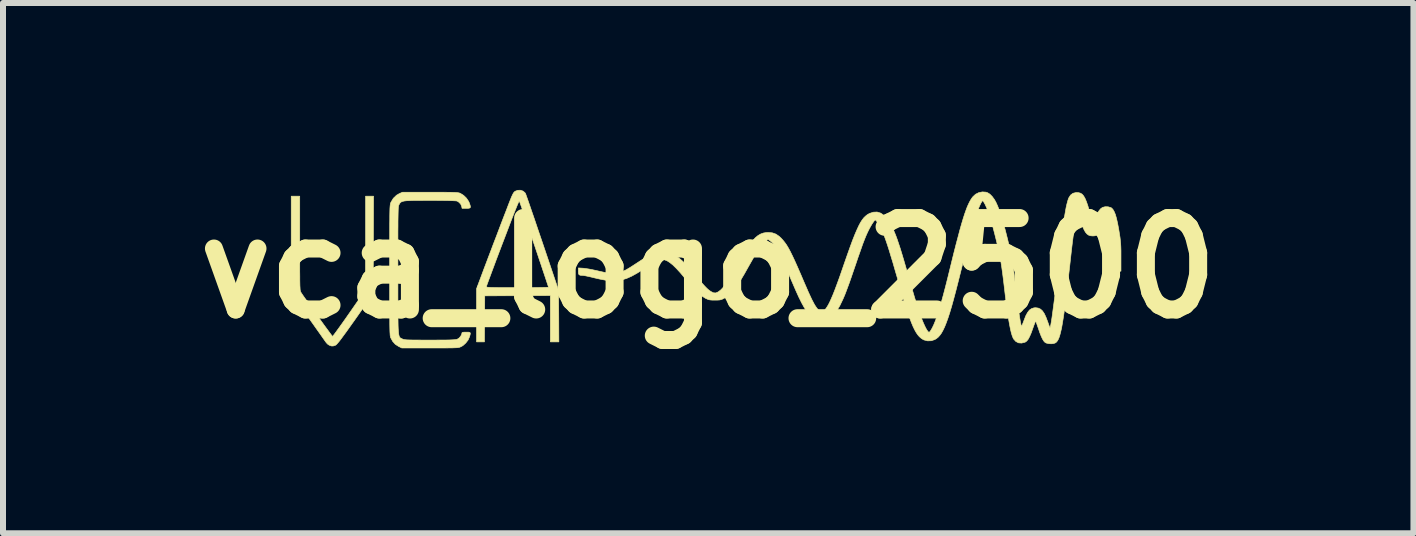
<source format=kicad_pcb>
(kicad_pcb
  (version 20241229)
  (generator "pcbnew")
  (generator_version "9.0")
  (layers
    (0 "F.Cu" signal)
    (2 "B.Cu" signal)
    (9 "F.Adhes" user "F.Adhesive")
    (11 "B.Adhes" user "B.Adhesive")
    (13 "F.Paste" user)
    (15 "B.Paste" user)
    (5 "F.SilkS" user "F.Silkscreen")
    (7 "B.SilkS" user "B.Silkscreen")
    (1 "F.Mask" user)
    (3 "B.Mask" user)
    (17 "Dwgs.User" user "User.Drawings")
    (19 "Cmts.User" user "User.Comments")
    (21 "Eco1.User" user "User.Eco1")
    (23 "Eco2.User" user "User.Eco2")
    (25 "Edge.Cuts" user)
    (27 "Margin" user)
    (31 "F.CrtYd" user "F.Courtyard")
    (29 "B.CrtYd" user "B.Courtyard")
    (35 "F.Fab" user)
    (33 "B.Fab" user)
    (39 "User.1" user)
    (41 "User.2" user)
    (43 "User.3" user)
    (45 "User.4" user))
  (footprint "vca_logo_2500"
    (layer "F.Cu")
    (at 8.752 1.418)
    (property "Reference" "vca_logo_2500" (at 0 0 0) (layer "F.SilkS") (effects (font (size 1.524 1.524) (thickness 0.3))))
    (attr through_hole)
    (fp_poly (pts (xy -3.087 -1.284) (xy -3.055 -1.258) (xy -3.044 -1.242) (xy -3.039 -1.228) (xy -3.028 -1.197) (xy -3.011 -1.149) (xy -2.989 -1.086) (xy -2.963 -1.01) (xy -2.933 -0.923) (xy -2.899 -0.825) (xy -2.863 -0.718) (xy -2.824 -0.603) (xy -2.783 -0.483) (xy -2.762 -0.422) (xy -2.494 0.371) (xy -2.491 0.8) (xy -2.489 1.229) (xy -2.631 1.229) (xy -2.631 0.457) (xy -3.178 0.46) (xy -3.724 0.462) (xy -3.726 0.846) (xy -3.729 1.229) (xy -3.861 1.229) (xy -3.861 0.344) (xy -3.849 0.312) (xy -3.698 0.312) (xy -3.694 0.315) (xy -3.681 0.318) (xy -3.658 0.32) (xy -3.623 0.322) (xy -3.576 0.323) (xy -3.513 0.324) (xy -3.435 0.325) (xy -3.341 0.325) (xy -3.227 0.325) (xy -3.18 0.325) (xy -3.08 0.325) (xy -2.986 0.325) (xy -2.9 0.324) (xy -2.824 0.323) (xy -2.761 0.322) (xy -2.712 0.321) (xy -2.678 0.32) (xy -2.663 0.318) (xy -2.662 0.318) (xy -2.665 0.307) (xy -2.674 0.278) (xy -2.689 0.234) (xy -2.708 0.176) (xy -2.731 0.107) (xy -2.758 0.027) (xy -2.787 -0.061) (xy -2.819 -0.155) (xy -2.852 -0.254) (xy -2.886 -0.355) (xy -2.921 -0.457) (xy -2.955 -0.558) (xy -2.988 -0.656) (xy -3.02 -0.75) (xy -3.05 -0.837) (xy -3.077 -0.916) (xy -3.1 -0.984) (xy -3.12 -1.041) (xy -3.135 -1.084) (xy -3.145 -1.111) (xy -3.148 -1.12) (xy -3.153 -1.113) (xy -3.165 -1.088) (xy -3.182 -1.049) (xy -3.203 -0.997) (xy -3.228 -0.935) (xy -3.256 -0.864) (xy -3.281 -0.8) (xy -3.336 -0.655) (xy -3.389 -0.516) (xy -3.44 -0.383) (xy -3.487 -0.259) (xy -3.531 -0.143) (xy -3.57 -0.038) (xy -3.605 0.056) (xy -3.635 0.137) (xy -3.66 0.204) (xy -3.679 0.256) (xy -3.692 0.292) (xy -3.698 0.31) (xy -3.698 0.312) (xy -3.849 0.312) (xy -3.765 0.088) (xy -3.738 0.015) (xy -3.704 -0.074) (xy -3.666 -0.175) (xy -3.624 -0.285) (xy -3.58 -0.402) (xy -3.534 -0.521) (xy -3.489 -0.64) (xy -3.445 -0.756) (xy -3.403 -0.865) (xy -3.364 -0.965) (xy -3.331 -1.052) (xy -3.303 -1.124) (xy -3.302 -1.126) (xy -3.28 -1.182) (xy -3.262 -1.221) (xy -3.248 -1.248) (xy -3.235 -1.266) (xy -3.221 -1.278) (xy -3.217 -1.281) (xy -3.174 -1.297) (xy -3.129 -1.298) (xy -3.087 -1.284)) (stroke (width 0.01) (type solid)) (fill yes) (layer "F.SilkS"))
    (fp_poly (pts (xy -6.807 -0.414) (xy -6.807 -0.269) (xy -6.807 -0.143) (xy -6.807 -0.035) (xy -6.807 0.057) (xy -6.806 0.135) (xy -6.806 0.199) (xy -6.805 0.251) (xy -6.804 0.293) (xy -6.802 0.325) (xy -6.801 0.35) (xy -6.799 0.368) (xy -6.796 0.381) (xy -6.793 0.391) (xy -6.79 0.398) (xy -6.786 0.405) (xy -6.773 0.425) (xy -6.751 0.458) (xy -6.72 0.502) (xy -6.683 0.555) (xy -6.641 0.614) (xy -6.595 0.679) (xy -6.547 0.746) (xy -6.499 0.813) (xy -6.451 0.88) (xy -6.406 0.943) (xy -6.364 1) (xy -6.327 1.05) (xy -6.297 1.091) (xy -6.275 1.12) (xy -6.263 1.136) (xy -6.261 1.138) (xy -6.253 1.129) (xy -6.235 1.107) (xy -6.208 1.071) (xy -6.174 1.024) (xy -6.134 0.969) (xy -6.09 0.907) (xy -6.043 0.841) (xy -5.995 0.772) (xy -5.946 0.702) (xy -5.899 0.634) (xy -5.854 0.569) (xy -5.813 0.509) (xy -5.778 0.457) (xy -5.75 0.414) (xy -5.73 0.383) (xy -5.72 0.366) (xy -5.719 0.364) (xy -5.718 0.348) (xy -5.716 0.313) (xy -5.715 0.26) (xy -5.714 0.191) (xy -5.712 0.108) (xy -5.711 0.01) (xy -5.711 -0.099) (xy -5.71 -0.219) (xy -5.71 -0.349) (xy -5.71 -0.434) (xy -5.71 -1.199) (xy -5.577 -1.199) (xy -5.58 -0.394) (xy -5.581 -0.247) (xy -5.581 -0.119) (xy -5.582 -0.008) (xy -5.582 0.086) (xy -5.583 0.165) (xy -5.584 0.231) (xy -5.585 0.285) (xy -5.586 0.329) (xy -5.587 0.363) (xy -5.589 0.389) (xy -5.591 0.409) (xy -5.594 0.423) (xy -5.596 0.434) (xy -5.6 0.442) (xy -5.603 0.45) (xy -5.613 0.466) (xy -5.634 0.496) (xy -5.663 0.54) (xy -5.701 0.594) (xy -5.746 0.658) (xy -5.796 0.729) (xy -5.85 0.806) (xy -5.902 0.88) (xy -5.97 0.975) (xy -6.026 1.054) (xy -6.074 1.119) (xy -6.112 1.171) (xy -6.143 1.212) (xy -6.168 1.242) (xy -6.187 1.264) (xy -6.201 1.278) (xy -6.212 1.285) (xy -6.214 1.286) (xy -6.251 1.298) (xy -6.282 1.297) (xy -6.316 1.284) (xy -6.344 1.265) (xy -6.366 1.241) (xy -6.366 1.241) (xy -6.376 1.227) (xy -6.396 1.199) (xy -6.425 1.158) (xy -6.462 1.105) (xy -6.506 1.043) (xy -6.555 0.974) (xy -6.608 0.899) (xy -6.648 0.843) (xy -6.718 0.745) (xy -6.779 0.658) (xy -6.831 0.583) (xy -6.872 0.52) (xy -6.903 0.471) (xy -6.923 0.437) (xy -6.931 0.422) (xy -6.934 0.411) (xy -6.937 0.398) (xy -6.94 0.383) (xy -6.942 0.362) (xy -6.943 0.335) (xy -6.945 0.3) (xy -6.946 0.256) (xy -6.947 0.202) (xy -6.948 0.136) (xy -6.948 0.057) (xy -6.949 -0.037) (xy -6.949 -0.147) (xy -6.949 -0.275) (xy -6.949 -0.414) (xy -6.949 -1.199) (xy -6.807 -1.199) (xy -6.807 -0.414)) (stroke (width 0.01) (type solid)) (fill yes) (layer "F.SilkS"))
    (fp_poly (pts (xy -4.523 -1.265) (xy -4.432 -1.265) (xy -4.357 -1.264) (xy -4.297 -1.264) (xy -4.249 -1.262) (xy -4.213 -1.261) (xy -4.185 -1.259) (xy -4.165 -1.256) (xy -4.15 -1.253) (xy -4.138 -1.249) (xy -4.132 -1.247) (xy -4.076 -1.212) (xy -4.028 -1.165) (xy -3.992 -1.111) (xy -3.983 -1.091) (xy -3.968 -1.048) (xy -3.962 -1.02) (xy -3.968 -1.005) (xy -3.986 -0.998) (xy -4.02 -0.996) (xy -4.032 -0.996) (xy -4.102 -0.996) (xy -4.109 -1.03) (xy -4.126 -1.069) (xy -4.161 -1.103) (xy -4.183 -1.116) (xy -4.197 -1.12) (xy -4.228 -1.122) (xy -4.276 -1.124) (xy -4.341 -1.126) (xy -4.425 -1.127) (xy -4.528 -1.128) (xy -4.635 -1.128) (xy -4.746 -1.128) (xy -4.839 -1.127) (xy -4.914 -1.127) (xy -4.976 -1.125) (xy -5.024 -1.123) (xy -5.061 -1.119) (xy -5.089 -1.113) (xy -5.109 -1.106) (xy -5.124 -1.097) (xy -5.135 -1.086) (xy -5.144 -1.072) (xy -5.153 -1.056) (xy -5.156 -1.05) (xy -5.159 -1.042) (xy -5.161 -1.031) (xy -5.163 -1.016) (xy -5.165 -0.996) (xy -5.166 -0.97) (xy -5.167 -0.936) (xy -5.168 -0.893) (xy -5.169 -0.84) (xy -5.17 -0.776) (xy -5.17 -0.7) (xy -5.171 -0.61) (xy -5.171 -0.506) (xy -5.171 -0.386) (xy -5.171 -0.248) (xy -5.171 -0.092) (xy -5.171 0.034) (xy -5.171 0.208) (xy -5.171 0.363) (xy -5.171 0.5) (xy -5.171 0.619) (xy -5.171 0.724) (xy -5.17 0.813) (xy -5.169 0.89) (xy -5.168 0.954) (xy -5.166 1.007) (xy -5.163 1.049) (xy -5.16 1.084) (xy -5.156 1.11) (xy -5.151 1.13) (xy -5.146 1.145) (xy -5.139 1.155) (xy -5.132 1.162) (xy -5.123 1.168) (xy -5.113 1.172) (xy -5.102 1.178) (xy -5.099 1.179) (xy -5.089 1.184) (xy -5.077 1.188) (xy -5.062 1.191) (xy -5.041 1.194) (xy -5.013 1.196) (xy -4.975 1.197) (xy -4.927 1.198) (xy -4.864 1.198) (xy -4.787 1.199) (xy -4.692 1.199) (xy -4.638 1.199) (xy -4.53 1.199) (xy -4.441 1.198) (xy -4.368 1.198) (xy -4.31 1.197) (xy -4.265 1.195) (xy -4.231 1.193) (xy -4.206 1.19) (xy -4.19 1.187) (xy -4.181 1.184) (xy -4.151 1.165) (xy -4.125 1.135) (xy -4.108 1.103) (xy -4.105 1.085) (xy -4.102 1.075) (xy -4.091 1.07) (xy -4.067 1.067) (xy -4.034 1.067) (xy -3.994 1.067) (xy -3.972 1.072) (xy -3.964 1.084) (xy -3.967 1.107) (xy -3.978 1.145) (xy -4.002 1.199) (xy -4.042 1.25) (xy -4.089 1.292) (xy -4.12 1.309) (xy -4.131 1.314) (xy -4.143 1.319) (xy -4.157 1.322) (xy -4.175 1.325) (xy -4.2 1.327) (xy -4.232 1.328) (xy -4.275 1.33) (xy -4.329 1.33) (xy -4.398 1.331) (xy -4.482 1.331) (xy -4.583 1.331) (xy -4.636 1.331) (xy -5.106 1.331) (xy -5.159 1.305) (xy -5.215 1.269) (xy -5.258 1.221) (xy -5.287 1.168) (xy -5.291 1.161) (xy -5.294 1.153) (xy -5.296 1.143) (xy -5.299 1.131) (xy -5.301 1.115) (xy -5.302 1.093) (xy -5.304 1.066) (xy -5.305 1.03) (xy -5.306 0.986) (xy -5.307 0.932) (xy -5.307 0.867) (xy -5.308 0.79) (xy -5.308 0.7) (xy -5.308 0.594) (xy -5.309 0.473) (xy -5.309 0.335) (xy -5.309 0.179) (xy -5.309 0.036) (xy -5.309 -0.137) (xy -5.309 -0.289) (xy -5.308 -0.424) (xy -5.308 -0.543) (xy -5.308 -0.645) (xy -5.308 -0.734) (xy -5.307 -0.809) (xy -5.307 -0.871) (xy -5.306 -0.924) (xy -5.305 -0.966) (xy -5.304 -1) (xy -5.302 -1.027) (xy -5.3 -1.047) (xy -5.298 -1.063) (xy -5.296 -1.074) (xy -5.293 -1.084) (xy -5.29 -1.091) (xy -5.287 -1.098) (xy -5.247 -1.164) (xy -5.194 -1.215) (xy -5.149 -1.241) (xy -5.095 -1.265) (xy -4.633 -1.265) (xy -4.523 -1.265)) (stroke (width 0.01) (type solid)) (fill yes) (layer "F.SilkS"))
    (fp_poly (pts (xy 4.627 -1.266) (xy 4.656 -1.256) (xy 4.693 -1.233) (xy 4.731 -1.195) (xy 4.768 -1.145) (xy 4.794 -1.099) (xy 4.823 -1.035) (xy 4.854 -0.954) (xy 4.886 -0.858) (xy 4.918 -0.75) (xy 4.95 -0.634) (xy 4.981 -0.512) (xy 5.011 -0.388) (xy 5.037 -0.263) (xy 5.061 -0.141) (xy 5.081 -0.025) (xy 5.096 0.082) (xy 5.1 0.117) (xy 5.114 0.242) (xy 5.129 0.363) (xy 5.143 0.476) (xy 5.156 0.582) (xy 5.169 0.678) (xy 5.181 0.763) (xy 5.192 0.835) (xy 5.202 0.894) (xy 5.211 0.936) (xy 5.217 0.962) (xy 5.222 0.969) (xy 5.222 0.968) (xy 5.229 0.956) (xy 5.24 0.929) (xy 5.254 0.892) (xy 5.263 0.869) (xy 5.292 0.794) (xy 5.322 0.739) (xy 5.353 0.699) (xy 5.388 0.675) (xy 5.428 0.662) (xy 5.457 0.66) (xy 5.5 0.666) (xy 5.537 0.683) (xy 5.57 0.713) (xy 5.601 0.759) (xy 5.63 0.822) (xy 5.66 0.902) (xy 5.674 0.942) (xy 5.685 0.972) (xy 5.693 0.99) (xy 5.696 0.993) (xy 5.701 0.978) (xy 5.709 0.944) (xy 5.718 0.891) (xy 5.729 0.82) (xy 5.741 0.731) (xy 5.755 0.626) (xy 5.771 0.504) (xy 5.788 0.367) (xy 5.806 0.215) (xy 5.825 0.05) (xy 5.837 -0.06) (xy 5.857 -0.238) (xy 5.876 -0.397) (xy 5.893 -0.538) (xy 5.909 -0.662) (xy 5.924 -0.77) (xy 5.938 -0.863) (xy 5.952 -0.944) (xy 5.964 -1.011) (xy 5.977 -1.068) (xy 5.989 -1.114) (xy 6.001 -1.152) (xy 6.008 -1.17) (xy 6.038 -1.217) (xy 6.078 -1.247) (xy 6.127 -1.259) (xy 6.138 -1.26) (xy 6.174 -1.257) (xy 6.205 -1.248) (xy 6.232 -1.231) (xy 6.256 -1.203) (xy 6.279 -1.163) (xy 6.302 -1.109) (xy 6.326 -1.04) (xy 6.352 -0.952) (xy 6.356 -0.94) (xy 6.372 -0.885) (xy 6.387 -0.836) (xy 6.399 -0.797) (xy 6.407 -0.772) (xy 6.41 -0.764) (xy 6.417 -0.765) (xy 6.429 -0.784) (xy 6.445 -0.82) (xy 6.477 -0.894) (xy 6.507 -0.949) (xy 6.537 -0.987) (xy 6.568 -1.01) (xy 6.569 -1.011) (xy 6.614 -1.023) (xy 6.663 -1.022) (xy 6.708 -1.009) (xy 6.72 -1.003) (xy 6.743 -0.98) (xy 6.764 -0.944) (xy 6.785 -0.894) (xy 6.804 -0.827) (xy 6.823 -0.742) (xy 6.842 -0.64) (xy 6.852 -0.576) (xy 6.862 -0.515) (xy 6.868 -0.461) (xy 6.873 -0.409) (xy 6.876 -0.354) (xy 6.878 -0.291) (xy 6.878 -0.215) (xy 6.878 -0.18) (xy 6.878 0.051) (xy 6.812 0.051) (xy 6.777 0.05) (xy 6.756 0.047) (xy 6.746 0.04) (xy 6.742 0.028) (xy 6.74 0.012) (xy 6.735 -0.021) (xy 6.729 -0.069) (xy 6.721 -0.127) (xy 6.713 -0.194) (xy 6.706 -0.254) (xy 6.691 -0.369) (xy 6.677 -0.472) (xy 6.664 -0.562) (xy 6.652 -0.637) (xy 6.642 -0.697) (xy 6.633 -0.739) (xy 6.626 -0.762) (xy 6.623 -0.767) (xy 6.616 -0.768) (xy 6.614 -0.76) (xy 6.61 -0.744) (xy 6.598 -0.715) (xy 6.581 -0.679) (xy 6.573 -0.662) (xy 6.542 -0.608) (xy 6.512 -0.57) (xy 6.478 -0.548) (xy 6.438 -0.538) (xy 6.41 -0.536) (xy 6.373 -0.539) (xy 6.34 -0.549) (xy 6.312 -0.569) (xy 6.286 -0.599) (xy 6.262 -0.642) (xy 6.237 -0.7) (xy 6.212 -0.774) (xy 6.188 -0.853) (xy 6.175 -0.896) (xy 6.164 -0.932) (xy 6.155 -0.956) (xy 6.152 -0.963) (xy 6.147 -0.959) (xy 6.141 -0.937) (xy 6.133 -0.897) (xy 6.123 -0.84) (xy 6.112 -0.764) (xy 6.099 -0.669) (xy 6.085 -0.555) (xy 6.068 -0.423) (xy 6.05 -0.27) (xy 6.031 -0.098) (xy 6.02 0) (xy 5.999 0.185) (xy 5.98 0.35) (xy 5.962 0.497) (xy 5.945 0.628) (xy 5.93 0.742) (xy 5.915 0.841) (xy 5.901 0.927) (xy 5.888 1) (xy 5.874 1.061) (xy 5.861 1.112) (xy 5.848 1.153) (xy 5.834 1.186) (xy 5.82 1.211) (xy 5.805 1.23) (xy 5.789 1.244) (xy 5.789 1.244) (xy 5.759 1.256) (xy 5.717 1.261) (xy 5.673 1.258) (xy 5.634 1.249) (xy 5.614 1.239) (xy 5.593 1.217) (xy 5.572 1.184) (xy 5.55 1.138) (xy 5.526 1.077) (xy 5.501 1.003) (xy 5.485 0.958) (xy 5.472 0.92) (xy 5.462 0.894) (xy 5.456 0.884) (xy 5.456 0.884) (xy 5.451 0.893) (xy 5.441 0.918) (xy 5.427 0.954) (xy 5.411 0.999) (xy 5.41 1.002) (xy 5.382 1.08) (xy 5.356 1.14) (xy 5.332 1.185) (xy 5.308 1.215) (xy 5.283 1.233) (xy 5.278 1.235) (xy 5.222 1.249) (xy 5.17 1.245) (xy 5.126 1.222) (xy 5.09 1.182) (xy 5.081 1.166) (xy 5.066 1.129) (xy 5.051 1.08) (xy 5.036 1.017) (xy 5.021 0.941) (xy 5.005 0.849) (xy 4.988 0.741) (xy 4.971 0.616) (xy 4.952 0.473) (xy 4.933 0.311) (xy 4.923 0.225) (xy 4.906 0.091) (xy 4.889 -0.031) (xy 4.872 -0.137) (xy 4.856 -0.226) (xy 4.851 -0.248) (xy 4.827 -0.352) (xy 4.802 -0.458) (xy 4.776 -0.562) (xy 4.75 -0.662) (xy 4.725 -0.752) (xy 4.702 -0.831) (xy 4.682 -0.894) (xy 4.678 -0.904) (xy 4.657 -0.963) (xy 4.635 -1.016) (xy 4.614 -1.062) (xy 4.595 -1.096) (xy 4.58 -1.117) (xy 4.571 -1.122) (xy 4.559 -1.108) (xy 4.542 -1.078) (xy 4.522 -1.036) (xy 4.5 -0.985) (xy 4.477 -0.928) (xy 4.475 -0.924) (xy 4.46 -0.883) (xy 4.445 -0.836) (xy 4.427 -0.782) (xy 4.409 -0.719) (xy 4.388 -0.645) (xy 4.365 -0.56) (xy 4.339 -0.462) (xy 4.31 -0.349) (xy 4.278 -0.22) (xy 4.241 -0.074) (xy 4.212 0.041) (xy 4.168 0.216) (xy 4.128 0.373) (xy 4.091 0.512) (xy 4.057 0.635) (xy 4.025 0.742) (xy 3.995 0.834) (xy 3.966 0.914) (xy 3.939 0.981) (xy 3.912 1.037) (xy 3.886 1.084) (xy 3.859 1.121) (xy 3.832 1.151) (xy 3.803 1.174) (xy 3.775 1.191) (xy 3.717 1.21) (xy 3.655 1.212) (xy 3.596 1.197) (xy 3.573 1.185) (xy 3.545 1.166) (xy 3.518 1.142) (xy 3.492 1.112) (xy 3.466 1.074) (xy 3.44 1.028) (xy 3.413 0.972) (xy 3.385 0.905) (xy 3.355 0.826) (xy 3.323 0.733) (xy 3.288 0.625) (xy 3.25 0.502) (xy 3.209 0.361) (xy 3.163 0.202) (xy 3.159 0.188) (xy 3.116 0.042) (xy 3.079 -0.087) (xy 3.045 -0.198) (xy 3.016 -0.295) (xy 2.989 -0.379) (xy 2.965 -0.45) (xy 2.943 -0.511) (xy 2.923 -0.563) (xy 2.904 -0.609) (xy 2.897 -0.623) (xy 2.872 -0.674) (xy 2.846 -0.721) (xy 2.822 -0.76) (xy 2.801 -0.788) (xy 2.786 -0.802) (xy 2.783 -0.803) (xy 2.772 -0.794) (xy 2.754 -0.771) (xy 2.731 -0.737) (xy 2.706 -0.695) (xy 2.681 -0.649) (xy 2.658 -0.603) (xy 2.647 -0.579) (xy 2.628 -0.536) (xy 2.61 -0.492) (xy 2.592 -0.446) (xy 2.572 -0.394) (xy 2.551 -0.333) (xy 2.526 -0.262) (xy 2.496 -0.177) (xy 2.463 -0.079) (xy 2.42 0.046) (xy 2.383 0.154) (xy 2.351 0.246) (xy 2.322 0.324) (xy 2.297 0.391) (xy 2.275 0.448) (xy 2.254 0.497) (xy 2.243 0.522) (xy 2.193 0.626) (xy 2.143 0.71) (xy 2.094 0.775) (xy 2.043 0.824) (xy 1.99 0.855) (xy 1.935 0.871) (xy 1.9 0.874) (xy 1.852 0.87) (xy 1.807 0.86) (xy 1.764 0.841) (xy 1.723 0.812) (xy 1.682 0.772) (xy 1.641 0.72) (xy 1.599 0.655) (xy 1.555 0.575) (xy 1.508 0.48) (xy 1.457 0.367) (xy 1.401 0.237) (xy 1.386 0.203) (xy 1.33 0.07) (xy 1.279 -0.046) (xy 1.234 -0.145) (xy 1.193 -0.228) (xy 1.156 -0.297) (xy 1.121 -0.353) (xy 1.09 -0.398) (xy 1.06 -0.431) (xy 1.031 -0.456) (xy 1.029 -0.457) (xy 0.996 -0.48) (xy 0.961 -0.453) (xy 0.929 -0.425) (xy 0.894 -0.385) (xy 0.855 -0.333) (xy 0.811 -0.266) (xy 0.761 -0.184) (xy 0.705 -0.086) (xy 0.666 -0.017) (xy 0.602 0.097) (xy 0.544 0.194) (xy 0.491 0.276) (xy 0.443 0.343) (xy 0.397 0.398) (xy 0.353 0.442) (xy 0.309 0.476) (xy 0.273 0.498) (xy 0.241 0.515) (xy 0.215 0.525) (xy 0.188 0.531) (xy 0.154 0.533) (xy 0.112 0.533) (xy 0.064 0.533) (xy 0.03 0.53) (xy 0.002 0.524) (xy -0.026 0.512) (xy -0.046 0.503) (xy -0.096 0.471) (xy -0.154 0.423) (xy -0.222 0.357) (xy -0.299 0.273) (xy -0.385 0.172) (xy -0.389 0.167) (xy -0.464 0.078) (xy -0.53 0.006) (xy -0.588 -0.051) (xy -0.64 -0.093) (xy -0.686 -0.122) (xy -0.728 -0.138) (xy -0.763 -0.142) (xy -0.793 -0.138) (xy -0.828 -0.128) (xy -0.872 -0.108) (xy -0.925 -0.08) (xy -0.989 -0.041) (xy -1.068 0.01) (xy -1.08 0.018) (xy -1.183 0.083) (xy -1.275 0.134) (xy -1.36 0.172) (xy -1.441 0.197) (xy -1.523 0.21) (xy -1.609 0.212) (xy -1.702 0.203) (xy -1.806 0.183) (xy -1.894 0.163) (xy -1.951 0.149) (xy -2.004 0.137) (xy -2.047 0.128) (xy -2.077 0.123) (xy -2.087 0.122) (xy -2.127 0.12) (xy -2.15 0.112) (xy -2.161 0.095) (xy -2.164 0.064) (xy -2.164 0.053) (xy -2.164 -0.003) (xy -2.08 0.002) (xy -2.042 0.007) (xy -1.989 0.015) (xy -1.927 0.027) (xy -1.862 0.041) (xy -1.819 0.051) (xy -1.733 0.07) (xy -1.66 0.084) (xy -1.596 0.089) (xy -1.539 0.088) (xy -1.484 0.077) (xy -1.427 0.057) (xy -1.366 0.027) (xy -1.297 -0.014) (xy -1.215 -0.067) (xy -1.197 -0.079) (xy -1.108 -0.137) (xy -1.032 -0.182) (xy -0.965 -0.216) (xy -0.906 -0.24) (xy -0.851 -0.255) (xy -0.798 -0.262) (xy -0.744 -0.262) (xy -0.737 -0.261) (xy -0.679 -0.254) (xy -0.625 -0.241) (xy -0.573 -0.22) (xy -0.521 -0.191) (xy -0.467 -0.151) (xy -0.41 -0.1) (xy -0.347 -0.036) (xy -0.277 0.043) (xy -0.197 0.137) (xy -0.193 0.142) (xy -0.139 0.207) (xy -0.096 0.258) (xy -0.061 0.297) (xy -0.031 0.328) (xy -0.005 0.353) (xy 0.02 0.373) (xy 0.045 0.39) (xy 0.086 0.411) (xy 0.124 0.414) (xy 0.163 0.398) (xy 0.179 0.387) (xy 0.207 0.365) (xy 0.235 0.337) (xy 0.265 0.302) (xy 0.298 0.257) (xy 0.335 0.201) (xy 0.377 0.133) (xy 0.425 0.051) (xy 0.481 -0.046) (xy 0.517 -0.11) (xy 0.581 -0.221) (xy 0.639 -0.315) (xy 0.691 -0.393) (xy 0.739 -0.456) (xy 0.785 -0.506) (xy 0.83 -0.543) (xy 0.875 -0.569) (xy 0.92 -0.585) (xy 0.969 -0.593) (xy 1.001 -0.594) (xy 1.068 -0.588) (xy 1.128 -0.567) (xy 1.183 -0.529) (xy 1.214 -0.5) (xy 1.245 -0.466) (xy 1.275 -0.429) (xy 1.305 -0.387) (xy 1.335 -0.337) (xy 1.367 -0.278) (xy 1.402 -0.207) (xy 1.441 -0.124) (xy 1.485 -0.026) (xy 1.535 0.089) (xy 1.543 0.107) (xy 1.591 0.22) (xy 1.633 0.316) (xy 1.668 0.397) (xy 1.699 0.464) (xy 1.725 0.52) (xy 1.749 0.566) (xy 1.769 0.604) (xy 1.789 0.636) (xy 1.808 0.663) (xy 1.827 0.687) (xy 1.847 0.71) (xy 1.848 0.711) (xy 1.89 0.757) (xy 1.932 0.711) (xy 1.954 0.684) (xy 1.977 0.651) (xy 2.001 0.612) (xy 2.025 0.565) (xy 2.051 0.508) (xy 2.08 0.44) (xy 2.112 0.359) (xy 2.147 0.265) (xy 2.187 0.156) (xy 2.231 0.029) (xy 2.271 -0.087) (xy 2.321 -0.23) (xy 2.366 -0.356) (xy 2.406 -0.465) (xy 2.443 -0.558) (xy 2.477 -0.637) (xy 2.508 -0.704) (xy 2.537 -0.759) (xy 2.566 -0.804) (xy 2.594 -0.84) (xy 2.623 -0.868) (xy 2.652 -0.891) (xy 2.684 -0.909) (xy 2.687 -0.911) (xy 2.752 -0.932) (xy 2.814 -0.935) (xy 2.873 -0.917) (xy 2.929 -0.88) (xy 2.982 -0.823) (xy 3.033 -0.746) (xy 3.062 -0.69) (xy 3.084 -0.642) (xy 3.106 -0.592) (xy 3.128 -0.537) (xy 3.15 -0.477) (xy 3.173 -0.408) (xy 3.199 -0.33) (xy 3.227 -0.239) (xy 3.258 -0.135) (xy 3.293 -0.014) (xy 3.329 0.112) (xy 3.356 0.208) (xy 3.384 0.304) (xy 3.412 0.398) (xy 3.438 0.486) (xy 3.462 0.565) (xy 3.483 0.632) (xy 3.499 0.683) (xy 3.501 0.69) (xy 3.529 0.77) (xy 3.558 0.846) (xy 3.586 0.915) (xy 3.613 0.974) (xy 3.637 1.02) (xy 3.657 1.05) (xy 3.664 1.059) (xy 3.677 1.068) (xy 3.687 1.066) (xy 3.701 1.05) (xy 3.707 1.041) (xy 3.732 0.999) (xy 3.758 0.945) (xy 3.786 0.877) (xy 3.815 0.795) (xy 3.846 0.698) (xy 3.88 0.585) (xy 3.916 0.455) (xy 3.955 0.307) (xy 3.997 0.14) (xy 4.009 0.091) (xy 4.053 -0.089) (xy 4.093 -0.251) (xy 4.13 -0.396) (xy 4.164 -0.524) (xy 4.194 -0.638) (xy 4.222 -0.737) (xy 4.248 -0.824) (xy 4.272 -0.899) (xy 4.295 -0.964) (xy 4.316 -1.02) (xy 4.337 -1.067) (xy 4.358 -1.109) (xy 4.378 -1.144) (xy 4.399 -1.175) (xy 4.411 -1.19) (xy 4.455 -1.231) (xy 4.509 -1.258) (xy 4.568 -1.27) (xy 4.627 -1.266)) (stroke (width 0.01) (type solid)) (fill yes) (layer "F.SilkS")))
  (gr_rect
    (start -3 -3)
    (end 20.504 5.836)
    (stroke (width 0.1) (type default))
    (fill no)
    (layer "Edge.Cuts")))
</source>
